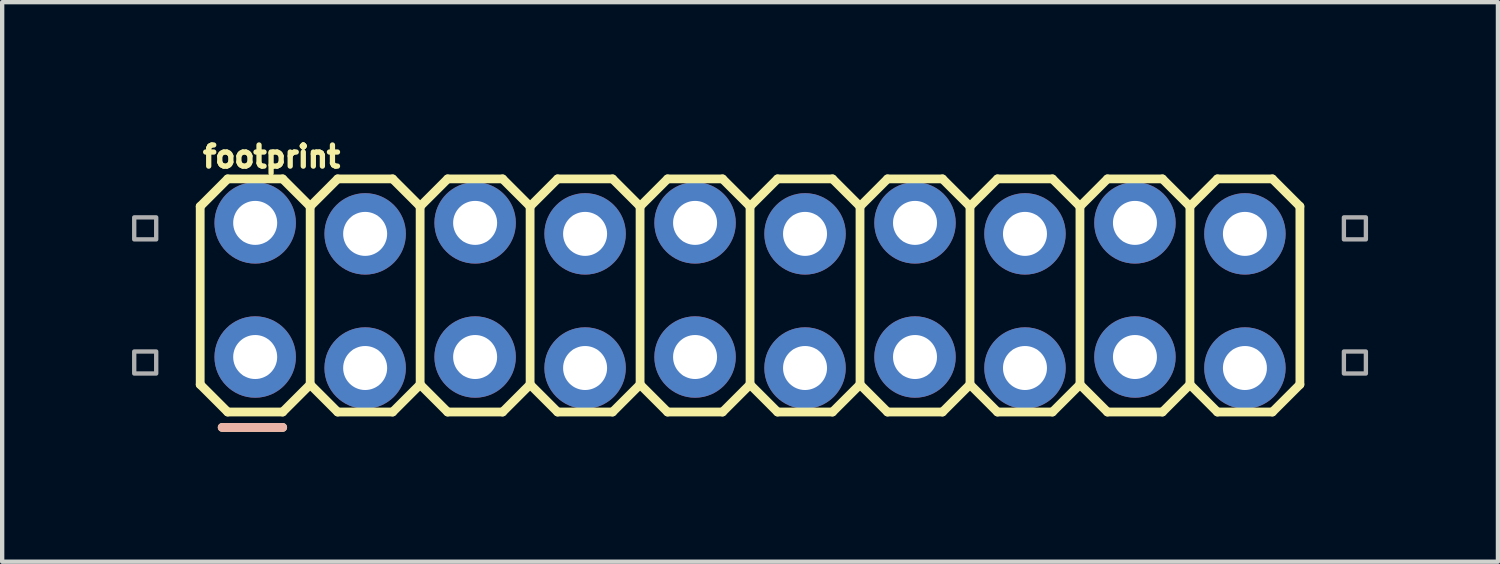
<source format=kicad_pcb>
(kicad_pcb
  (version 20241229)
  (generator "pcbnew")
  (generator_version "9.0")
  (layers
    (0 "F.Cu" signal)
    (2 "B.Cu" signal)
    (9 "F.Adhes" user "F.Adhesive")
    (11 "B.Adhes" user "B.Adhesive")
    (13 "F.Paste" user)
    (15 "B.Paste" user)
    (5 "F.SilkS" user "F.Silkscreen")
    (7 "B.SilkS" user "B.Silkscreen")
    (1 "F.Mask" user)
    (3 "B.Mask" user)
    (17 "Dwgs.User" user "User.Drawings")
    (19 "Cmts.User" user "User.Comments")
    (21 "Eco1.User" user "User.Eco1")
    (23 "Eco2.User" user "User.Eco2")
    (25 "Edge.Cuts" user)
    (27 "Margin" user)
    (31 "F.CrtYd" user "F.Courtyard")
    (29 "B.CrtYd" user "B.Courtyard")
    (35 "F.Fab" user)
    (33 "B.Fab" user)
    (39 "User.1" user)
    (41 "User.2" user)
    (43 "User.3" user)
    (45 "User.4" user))
  (footprint "footprint"
    (layer "F.Cu")
    (at 2.844 5.044)
    (property "Reference" "footprint" (at -1.27 -4.191 0) (layer "F.SilkS") (effects (font (size 0.488 0.488) (thickness 0.122)) (justify left bottom)))
    (fp_line (start -1.27 -3.327) (end -0.635 -3.962) (stroke (width 0.203) (type solid)) (layer "F.SilkS"))
    (fp_line (start -1.27 0.787) (end -1.27 -3.327) (stroke (width 0.203) (type solid)) (layer "F.SilkS"))
    (fp_line (start -1.27 0.787) (end -0.635 1.422) (stroke (width 0.203) (type solid)) (layer "F.SilkS"))
    (fp_line (start -0.635 -3.962) (end 0.635 -3.962) (stroke (width 0.203) (type solid)) (layer "F.SilkS"))
    (fp_line (start -0.635 1.422) (end 0.635 1.422) (stroke (width 0.203) (type solid)) (layer "F.SilkS"))
    (fp_line (start 0.635 -3.962) (end 1.27 -3.327) (stroke (width 0.203) (type solid)) (layer "F.SilkS"))
    (fp_line (start 0.635 1.422) (end 1.27 0.787) (stroke (width 0.203) (type solid)) (layer "F.SilkS"))
    (fp_line (start 0.635 1.778) (end -0.762 1.778) (stroke (width 0.203) (type solid)) (layer "F.SilkS"))
    (fp_line (start 1.27 -3.327) (end 1.27 0.787) (stroke (width 0.203) (type solid)) (layer "F.SilkS"))
    (fp_line (start 1.27 -3.327) (end 1.905 -3.962) (stroke (width 0.203) (type solid)) (layer "F.SilkS"))
    (fp_line (start 1.27 0.787) (end 1.905 1.422) (stroke (width 0.203) (type solid)) (layer "F.SilkS"))
    (fp_line (start 1.905 -3.962) (end 3.175 -3.962) (stroke (width 0.203) (type solid)) (layer "F.SilkS"))
    (fp_line (start 1.905 1.422) (end 3.175 1.422) (stroke (width 0.203) (type solid)) (layer "F.SilkS"))
    (fp_line (start 3.175 -3.962) (end 3.81 -3.327) (stroke (width 0.203) (type solid)) (layer "F.SilkS"))
    (fp_line (start 3.175 1.422) (end 3.81 0.787) (stroke (width 0.203) (type solid)) (layer "F.SilkS"))
    (fp_line (start 3.81 -3.327) (end 3.81 0.787) (stroke (width 0.203) (type solid)) (layer "F.SilkS"))
    (fp_line (start 3.81 -3.327) (end 4.445 -3.962) (stroke (width 0.203) (type solid)) (layer "F.SilkS"))
    (fp_line (start 3.81 0.787) (end 4.445 1.422) (stroke (width 0.203) (type solid)) (layer "F.SilkS"))
    (fp_line (start 4.445 -3.962) (end 5.715 -3.962) (stroke (width 0.203) (type solid)) (layer "F.SilkS"))
    (fp_line (start 4.445 1.422) (end 5.715 1.422) (stroke (width 0.203) (type solid)) (layer "F.SilkS"))
    (fp_line (start 5.715 -3.962) (end 6.35 -3.327) (stroke (width 0.203) (type solid)) (layer "F.SilkS"))
    (fp_line (start 5.715 1.422) (end 6.35 0.787) (stroke (width 0.203) (type solid)) (layer "F.SilkS"))
    (fp_line (start 6.35 -3.327) (end 6.35 0.787) (stroke (width 0.203) (type solid)) (layer "F.SilkS"))
    (fp_line (start 6.35 -3.327) (end 6.985 -3.962) (stroke (width 0.203) (type solid)) (layer "F.SilkS"))
    (fp_line (start 6.35 0.787) (end 6.985 1.422) (stroke (width 0.203) (type solid)) (layer "F.SilkS"))
    (fp_line (start 6.985 -3.962) (end 8.255 -3.962) (stroke (width 0.203) (type solid)) (layer "F.SilkS"))
    (fp_line (start 6.985 1.422) (end 8.255 1.422) (stroke (width 0.203) (type solid)) (layer "F.SilkS"))
    (fp_line (start 8.255 -3.962) (end 8.89 -3.327) (stroke (width 0.203) (type solid)) (layer "F.SilkS"))
    (fp_line (start 8.255 1.422) (end 8.89 0.787) (stroke (width 0.203) (type solid)) (layer "F.SilkS"))
    (fp_line (start 8.89 -3.327) (end 8.89 0.787) (stroke (width 0.203) (type solid)) (layer "F.SilkS"))
    (fp_line (start 8.89 -3.327) (end 9.525 -3.962) (stroke (width 0.203) (type solid)) (layer "F.SilkS"))
    (fp_line (start 8.89 0.787) (end 9.525 1.422) (stroke (width 0.203) (type solid)) (layer "F.SilkS"))
    (fp_line (start 9.525 -3.962) (end 10.795 -3.962) (stroke (width 0.203) (type solid)) (layer "F.SilkS"))
    (fp_line (start 9.525 1.422) (end 10.795 1.422) (stroke (width 0.203) (type solid)) (layer "F.SilkS"))
    (fp_line (start 10.795 -3.962) (end 11.43 -3.327) (stroke (width 0.203) (type solid)) (layer "F.SilkS"))
    (fp_line (start 10.795 1.422) (end 11.43 0.787) (stroke (width 0.203) (type solid)) (layer "F.SilkS"))
    (fp_line (start 11.43 -3.327) (end 11.43 0.787) (stroke (width 0.203) (type solid)) (layer "F.SilkS"))
    (fp_line (start 11.43 -3.327) (end 12.065 -3.962) (stroke (width 0.203) (type solid)) (layer "F.SilkS"))
    (fp_line (start 11.43 0.787) (end 12.065 1.422) (stroke (width 0.203) (type solid)) (layer "F.SilkS"))
    (fp_line (start 12.065 -3.962) (end 13.335 -3.962) (stroke (width 0.203) (type solid)) (layer "F.SilkS"))
    (fp_line (start 12.065 1.422) (end 13.335 1.422) (stroke (width 0.203) (type solid)) (layer "F.SilkS"))
    (fp_line (start 13.335 -3.962) (end 13.97 -3.327) (stroke (width 0.203) (type solid)) (layer "F.SilkS"))
    (fp_line (start 13.335 1.422) (end 13.97 0.787) (stroke (width 0.203) (type solid)) (layer "F.SilkS"))
    (fp_line (start 13.97 -3.327) (end 13.97 0.787) (stroke (width 0.203) (type solid)) (layer "F.SilkS"))
    (fp_line (start 13.97 -3.327) (end 14.605 -3.962) (stroke (width 0.203) (type solid)) (layer "F.SilkS"))
    (fp_line (start 13.97 0.787) (end 14.605 1.422) (stroke (width 0.203) (type solid)) (layer "F.SilkS"))
    (fp_line (start 14.605 -3.962) (end 15.875 -3.962) (stroke (width 0.203) (type solid)) (layer "F.SilkS"))
    (fp_line (start 14.605 1.422) (end 15.875 1.422) (stroke (width 0.203) (type solid)) (layer "F.SilkS"))
    (fp_line (start 15.875 -3.962) (end 16.51 -3.327) (stroke (width 0.203) (type solid)) (layer "F.SilkS"))
    (fp_line (start 16.51 -3.327) (end 16.51 0.787) (stroke (width 0.203) (type solid)) (layer "F.SilkS"))
    (fp_line (start 16.51 -3.327) (end 17.145 -3.962) (stroke (width 0.203) (type solid)) (layer "F.SilkS"))
    (fp_line (start 16.51 0.787) (end 15.875 1.422) (stroke (width 0.203) (type solid)) (layer "F.SilkS"))
    (fp_line (start 16.51 0.787) (end 17.145 1.422) (stroke (width 0.203) (type solid)) (layer "F.SilkS"))
    (fp_line (start 17.145 -3.962) (end 18.415 -3.962) (stroke (width 0.203) (type solid)) (layer "F.SilkS"))
    (fp_line (start 17.145 1.422) (end 18.415 1.422) (stroke (width 0.203) (type solid)) (layer "F.SilkS"))
    (fp_line (start 18.415 -3.962) (end 19.05 -3.327) (stroke (width 0.203) (type solid)) (layer "F.SilkS"))
    (fp_line (start 19.05 -3.327) (end 19.05 0.787) (stroke (width 0.203) (type solid)) (layer "F.SilkS"))
    (fp_line (start 19.05 -3.327) (end 19.685 -3.962) (stroke (width 0.203) (type solid)) (layer "F.SilkS"))
    (fp_line (start 19.05 0.787) (end 18.415 1.422) (stroke (width 0.203) (type solid)) (layer "F.SilkS"))
    (fp_line (start 19.05 0.787) (end 19.685 1.422) (stroke (width 0.203) (type solid)) (layer "F.SilkS"))
    (fp_line (start 19.685 -3.962) (end 20.955 -3.962) (stroke (width 0.203) (type solid)) (layer "F.SilkS"))
    (fp_line (start 19.685 1.422) (end 20.955 1.422) (stroke (width 0.203) (type solid)) (layer "F.SilkS"))
    (fp_line (start 20.955 -3.962) (end 21.59 -3.327) (stroke (width 0.203) (type solid)) (layer "F.SilkS"))
    (fp_line (start 21.59 -3.327) (end 21.59 0.787) (stroke (width 0.203) (type solid)) (layer "F.SilkS"))
    (fp_line (start 21.59 -3.327) (end 22.225 -3.962) (stroke (width 0.203) (type solid)) (layer "F.SilkS"))
    (fp_line (start 21.59 0.787) (end 20.955 1.422) (stroke (width 0.203) (type solid)) (layer "F.SilkS"))
    (fp_line (start 21.59 0.787) (end 22.225 1.422) (stroke (width 0.203) (type solid)) (layer "F.SilkS"))
    (fp_line (start 22.225 -3.962) (end 23.495 -3.962) (stroke (width 0.203) (type solid)) (layer "F.SilkS"))
    (fp_line (start 22.225 1.422) (end 23.495 1.422) (stroke (width 0.203) (type solid)) (layer "F.SilkS"))
    (fp_line (start 23.495 -3.962) (end 24.13 -3.327) (stroke (width 0.203) (type solid)) (layer "F.SilkS"))
    (fp_line (start 24.13 -3.327) (end 24.13 0.787) (stroke (width 0.203) (type solid)) (layer "F.SilkS"))
    (fp_line (start 24.13 0.787) (end 23.495 1.422) (stroke (width 0.203) (type solid)) (layer "F.SilkS"))
    (fp_line (start -0.762 1.778) (end 0.635 1.778) (stroke (width 0.203) (type solid)) (layer "B.SilkS"))
    (fp_poly (pts (xy -2.794 -2.565) (xy -2.286 -2.565) (xy -2.286 -3.073) (xy -2.794 -3.073)) (stroke (width 0.1) (type solid)) (fill no) (layer "F.Fab"))
    (fp_poly (pts (xy -2.794 0.533) (xy -2.286 0.533) (xy -2.286 0.025) (xy -2.794 0.025)) (stroke (width 0.1) (type solid)) (fill no) (layer "F.Fab"))
    (fp_poly (pts (xy -0.254 -2.565) (xy 0.254 -2.565) (xy 0.254 -3.073) (xy -0.254 -3.073)) (stroke (width 0.1) (type solid)) (fill no) (layer "F.Fab"))
    (fp_poly (pts (xy -0.254 0.533) (xy 0.254 0.533) (xy 0.254 0.025) (xy -0.254 0.025)) (stroke (width 0.1) (type solid)) (fill no) (layer "F.Fab"))
    (fp_poly (pts (xy 2.286 -2.565) (xy 2.794 -2.565) (xy 2.794 -3.073) (xy 2.286 -3.073)) (stroke (width 0.1) (type solid)) (fill no) (layer "F.Fab"))
    (fp_poly (pts (xy 2.286 0.533) (xy 2.794 0.533) (xy 2.794 0.025) (xy 2.286 0.025)) (stroke (width 0.1) (type solid)) (fill no) (layer "F.Fab"))
    (fp_poly (pts (xy 4.826 -2.565) (xy 5.334 -2.565) (xy 5.334 -3.073) (xy 4.826 -3.073)) (stroke (width 0.1) (type solid)) (fill no) (layer "F.Fab"))
    (fp_poly (pts (xy 4.826 0.533) (xy 5.334 0.533) (xy 5.334 0.025) (xy 4.826 0.025)) (stroke (width 0.1) (type solid)) (fill no) (layer "F.Fab"))
    (fp_poly (pts (xy 7.366 -2.565) (xy 7.874 -2.565) (xy 7.874 -3.073) (xy 7.366 -3.073)) (stroke (width 0.1) (type solid)) (fill no) (layer "F.Fab"))
    (fp_poly (pts (xy 7.366 0.533) (xy 7.874 0.533) (xy 7.874 0.025) (xy 7.366 0.025)) (stroke (width 0.1) (type solid)) (fill no) (layer "F.Fab"))
    (fp_poly (pts (xy 9.906 -2.565) (xy 10.414 -2.565) (xy 10.414 -3.073) (xy 9.906 -3.073)) (stroke (width 0.1) (type solid)) (fill no) (layer "F.Fab"))
    (fp_poly (pts (xy 9.906 0.533) (xy 10.414 0.533) (xy 10.414 0.025) (xy 9.906 0.025)) (stroke (width 0.1) (type solid)) (fill no) (layer "F.Fab"))
    (fp_poly (pts (xy 12.446 -2.565) (xy 12.954 -2.565) (xy 12.954 -3.073) (xy 12.446 -3.073)) (stroke (width 0.1) (type solid)) (fill no) (layer "F.Fab"))
    (fp_poly (pts (xy 12.446 0.533) (xy 12.954 0.533) (xy 12.954 0.025) (xy 12.446 0.025)) (stroke (width 0.1) (type solid)) (fill no) (layer "F.Fab"))
    (fp_poly (pts (xy 14.986 -2.565) (xy 15.494 -2.565) (xy 15.494 -3.073) (xy 14.986 -3.073)) (stroke (width 0.1) (type solid)) (fill no) (layer "F.Fab"))
    (fp_poly (pts (xy 14.986 0.533) (xy 15.494 0.533) (xy 15.494 0.025) (xy 14.986 0.025)) (stroke (width 0.1) (type solid)) (fill no) (layer "F.Fab"))
    (fp_poly (pts (xy 17.526 -2.565) (xy 18.034 -2.565) (xy 18.034 -3.073) (xy 17.526 -3.073)) (stroke (width 0.1) (type solid)) (fill no) (layer "F.Fab"))
    (fp_poly (pts (xy 17.526 0.533) (xy 18.034 0.533) (xy 18.034 0.025) (xy 17.526 0.025)) (stroke (width 0.1) (type solid)) (fill no) (layer "F.Fab"))
    (fp_poly (pts (xy 20.066 -2.565) (xy 20.574 -2.565) (xy 20.574 -3.073) (xy 20.066 -3.073)) (stroke (width 0.1) (type solid)) (fill no) (layer "F.Fab"))
    (fp_poly (pts (xy 20.066 0.533) (xy 20.574 0.533) (xy 20.574 0.025) (xy 20.066 0.025)) (stroke (width 0.1) (type solid)) (fill no) (layer "F.Fab"))
    (fp_poly (pts (xy 22.606 -2.565) (xy 23.114 -2.565) (xy 23.114 -3.073) (xy 22.606 -3.073)) (stroke (width 0.1) (type solid)) (fill no) (layer "F.Fab"))
    (fp_poly (pts (xy 22.606 0.533) (xy 23.114 0.533) (xy 23.114 0.025) (xy 22.606 0.025)) (stroke (width 0.1) (type solid)) (fill no) (layer "F.Fab"))
    (fp_poly (pts (xy 25.146 -2.565) (xy 25.654 -2.565) (xy 25.654 -3.073) (xy 25.146 -3.073)) (stroke (width 0.1) (type solid)) (fill no) (layer "F.Fab"))
    (fp_poly (pts (xy 25.146 0.533) (xy 25.654 0.533) (xy 25.654 0.025) (xy 25.146 0.025)) (stroke (width 0.1) (type solid)) (fill no) (layer "F.Fab"))
    (pad "1" thru_hole circle (at 0 0.152) (size 1.88 1.88) (drill 1.016) (layers "*.Cu" "*.Mask"))
    (pad "2" thru_hole circle (at 0 -2.946) (size 1.88 1.88) (drill 1.016) (layers "*.Cu" "*.Mask"))
    (pad "3" thru_hole circle (at 2.54 0.406) (size 1.88 1.88) (drill 1.016) (layers "*.Cu" "*.Mask"))
    (pad "4" thru_hole circle (at 2.54 -2.692) (size 1.88 1.88) (drill 1.016) (layers "*.Cu" "*.Mask"))
    (pad "5" thru_hole circle (at 5.08 0.152) (size 1.88 1.88) (drill 1.016) (layers "*.Cu" "*.Mask"))
    (pad "6" thru_hole circle (at 5.08 -2.946) (size 1.88 1.88) (drill 1.016) (layers "*.Cu" "*.Mask"))
    (pad "7" thru_hole circle (at 7.62 0.406) (size 1.88 1.88) (drill 1.016) (layers "*.Cu" "*.Mask"))
    (pad "8" thru_hole circle (at 7.62 -2.692) (size 1.88 1.88) (drill 1.016) (layers "*.Cu" "*.Mask"))
    (pad "9" thru_hole circle (at 10.16 0.152) (size 1.88 1.88) (drill 1.016) (layers "*.Cu" "*.Mask"))
    (pad "10" thru_hole circle (at 10.16 -2.946) (size 1.88 1.88) (drill 1.016) (layers "*.Cu" "*.Mask"))
    (pad "11" thru_hole circle (at 12.7 0.406) (size 1.88 1.88) (drill 1.016) (layers "*.Cu" "*.Mask"))
    (pad "12" thru_hole circle (at 12.7 -2.692) (size 1.88 1.88) (drill 1.016) (layers "*.Cu" "*.Mask"))
    (pad "13" thru_hole circle (at 15.24 0.152) (size 1.88 1.88) (drill 1.016) (layers "*.Cu" "*.Mask"))
    (pad "14" thru_hole circle (at 15.24 -2.946) (size 1.88 1.88) (drill 1.016) (layers "*.Cu" "*.Mask"))
    (pad "15" thru_hole circle (at 17.78 0.406) (size 1.88 1.88) (drill 1.016) (layers "*.Cu" "*.Mask"))
    (pad "16" thru_hole circle (at 17.78 -2.692) (size 1.88 1.88) (drill 1.016) (layers "*.Cu" "*.Mask"))
    (pad "17" thru_hole circle (at 20.32 0.152) (size 1.88 1.88) (drill 1.016) (layers "*.Cu" "*.Mask"))
    (pad "18" thru_hole circle (at 20.32 -2.946) (size 1.88 1.88) (drill 1.016) (layers "*.Cu" "*.Mask"))
    (pad "19" thru_hole circle (at 22.86 0.406) (size 1.88 1.88) (drill 1.016) (layers "*.Cu" "*.Mask"))
    (pad "20" thru_hole circle (at 22.86 -2.692) (size 1.88 1.88) (drill 1.016) (layers "*.Cu" "*.Mask")))
  (gr_rect
    (start -3 -3)
    (end 31.548 9.924)
    (stroke (width 0.1) (type default))
    (fill no)
    (layer "Edge.Cuts")))
</source>
